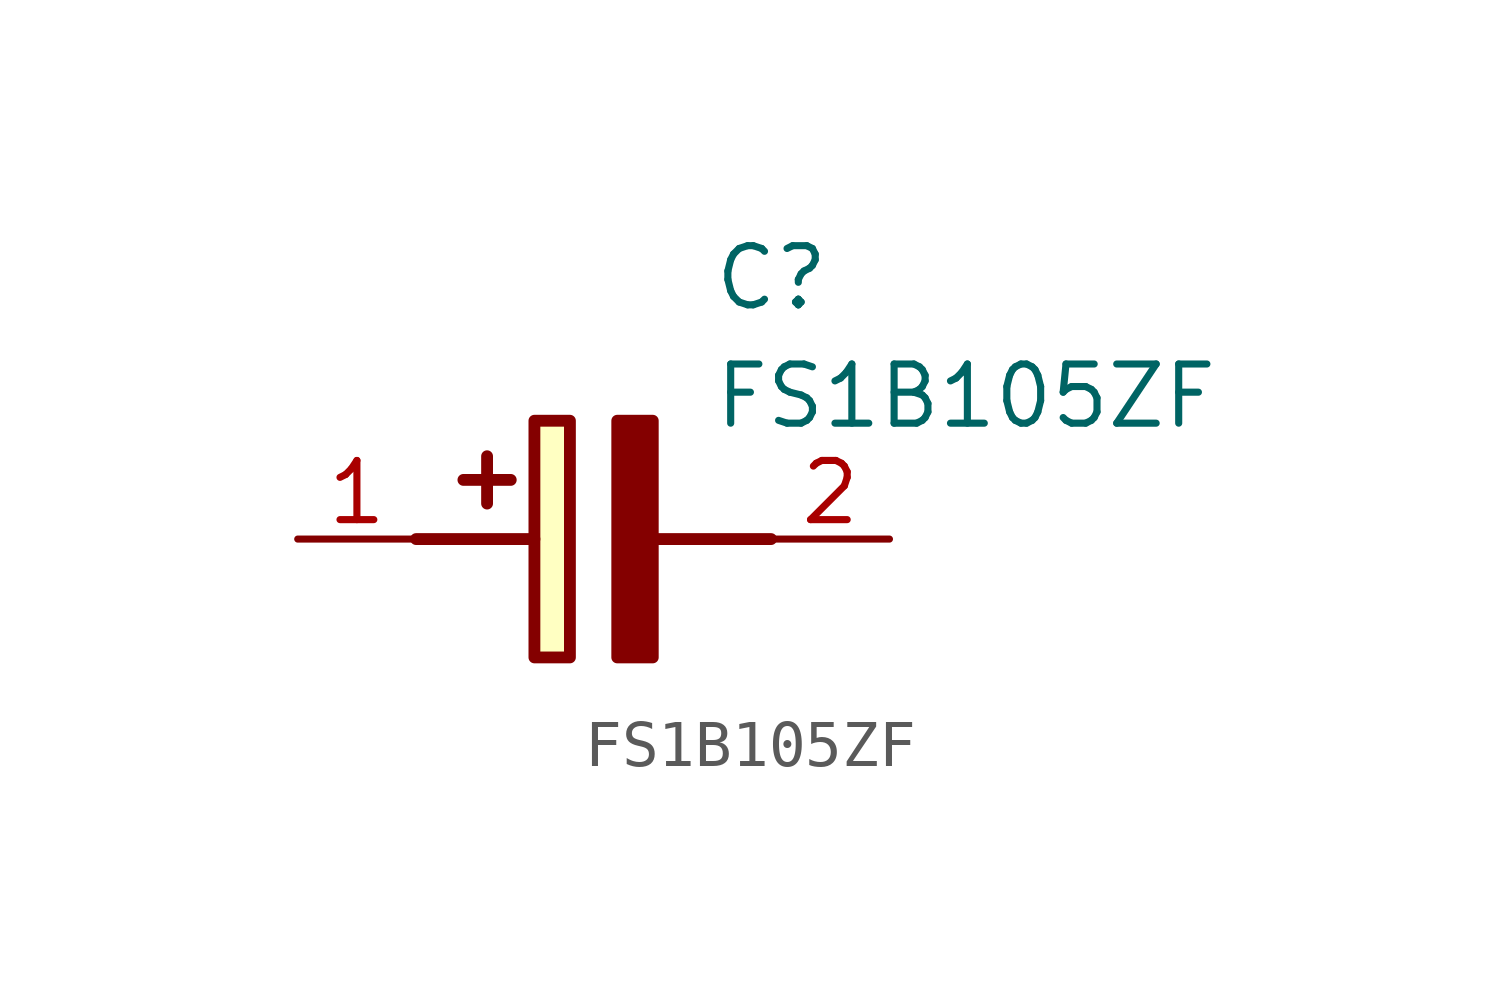
<source format=kicad_sym>
(kicad_symbol_lib
  (version 20211014)
  (generator SamacSys_ECAD_Model)
  (symbol "FS1B105ZF"
    (pin_names hide)
    (property "Reference" "C"
      (at 8.89 6.35 0)
      (effects (font (size 1.27 1.27)) (justify left top)))
    (property "Value" "FS1B105ZF"
      (at 8.89 3.81 0)
      (effects (font (size 1.27 1.27)) (justify left top)))
    (rectangle
      (start 5.08 2.54)
      (end 5.842 -2.54)
      (stroke (width 0.254) (type default))
      (fill (type background)))
    (polyline
      (pts (xy 4.572 1.27) (xy 3.556 1.27))
      (stroke (width 0.254) (type default))
      (fill (type none)))
    (polyline
      (pts (xy 4.064 1.778) (xy 4.064 0.762))
      (stroke (width 0.254) (type default))
      (fill (type none)))
    (polyline
      (pts (xy 2.54 0) (xy 5.08 0))
      (stroke (width 0.254) (type default))
      (fill (type none)))
    (polyline
      (pts (xy 7.62 0) (xy 10.16 0))
      (stroke (width 0.254) (type default))
      (fill (type none)))
    (polyline
      (pts (xy 7.62 2.54) (xy 7.62 -2.54) (xy 6.858 -2.54) (xy 6.858 2.54) (xy 7.62 2.54))
      (stroke (width 0.254) (type default))
      (fill (type outline)))
    (pin passive line
      (at 0 0 0)
      (length 2.54)
      (name "+" (effects (font (size 1.27 1.27))))
      (number "1" (effects (font (size 1.27 1.27)))))
    (pin passive line
      (at 12.7 0 180)
      (length 2.54)
      (name "-" (effects (font (size 1.27 1.27))))
      (number "2" (effects (font (size 1.27 1.27)))))))
</source>
